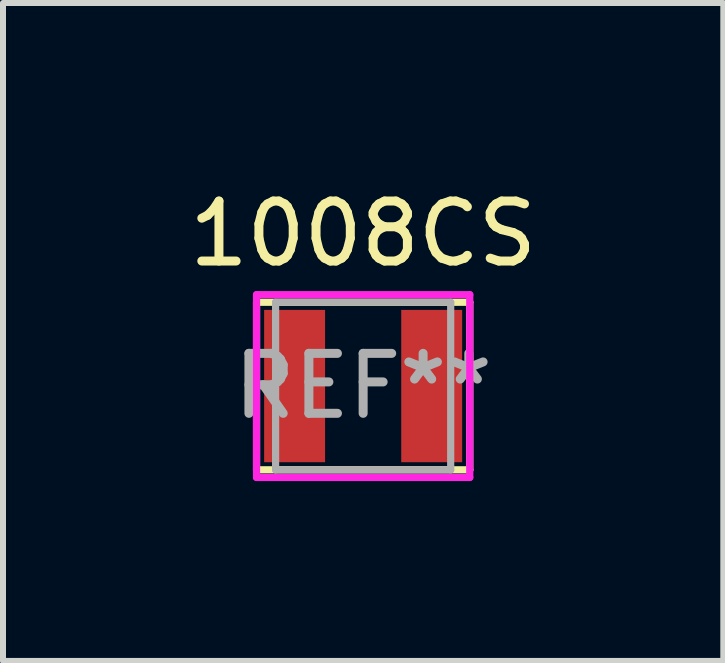
<source format=kicad_pcb>
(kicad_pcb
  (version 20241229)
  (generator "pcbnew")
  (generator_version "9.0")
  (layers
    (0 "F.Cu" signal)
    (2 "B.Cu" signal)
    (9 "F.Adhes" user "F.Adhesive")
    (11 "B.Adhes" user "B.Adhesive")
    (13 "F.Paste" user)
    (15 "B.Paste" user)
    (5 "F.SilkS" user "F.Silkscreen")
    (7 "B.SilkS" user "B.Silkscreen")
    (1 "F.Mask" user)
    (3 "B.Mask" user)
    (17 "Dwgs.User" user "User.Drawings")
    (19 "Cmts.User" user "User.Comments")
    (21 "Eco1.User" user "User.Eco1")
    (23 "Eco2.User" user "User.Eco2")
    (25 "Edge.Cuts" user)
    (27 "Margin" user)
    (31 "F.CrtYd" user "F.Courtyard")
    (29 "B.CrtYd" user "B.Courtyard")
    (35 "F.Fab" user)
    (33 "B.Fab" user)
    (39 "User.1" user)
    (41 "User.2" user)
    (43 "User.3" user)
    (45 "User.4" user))
  (footprint "1008CS"
    (layer "F.Cu")
    (at 3.006 3.388)
    (property "Reference" "1008CS" (at 0 -2.54 0) (layer "F.SilkS") (effects (font (size 1 1) (thickness 0.15))))
    (attr smd)
    (fp_line (start -1.778 -1.397) (end -1.778 1.397) (stroke (width 0.12) (type solid)) (layer "F.SilkS"))
    (fp_line (start -1.778 -1.397) (end 1.778 -1.397) (stroke (width 0.12) (type solid)) (layer "F.SilkS"))
    (fp_line (start -1.778 1.397) (end 1.778 1.397) (stroke (width 0.12) (type solid)) (layer "F.SilkS"))
    (fp_line (start 1.778 -1.397) (end 1.778 1.397) (stroke (width 0.12) (type solid)) (layer "F.SilkS"))
    (fp_line (start -1.778 -1.524) (end 1.778 -1.524) (stroke (width 0.12) (type solid)) (layer "F.CrtYd"))
    (fp_line (start -1.778 1.524) (end -1.778 -1.524) (stroke (width 0.12) (type solid)) (layer "F.CrtYd"))
    (fp_line (start 1.778 -1.524) (end 1.778 1.524) (stroke (width 0.12) (type solid)) (layer "F.CrtYd"))
    (fp_line (start 1.778 1.524) (end -1.778 1.524) (stroke (width 0.12) (type solid)) (layer "F.CrtYd"))
    (fp_line (start -1.46 -1.397) (end -1.46 1.397) (stroke (width 0.12) (type solid)) (layer "F.Fab"))
    (fp_line (start -1.46 -1.397) (end 1.46 -1.397) (stroke (width 0.12) (type solid)) (layer "F.Fab"))
    (fp_line (start -1.46 1.397) (end 1.46 1.397) (stroke (width 0.12) (type solid)) (layer "F.Fab"))
    (fp_line (start 1.46 -1.397) (end 1.46 1.397) (stroke (width 0.12) (type solid)) (layer "F.Fab"))
    (fp_text user "REF**" (at 0 0 0) (layer "F.Fab") (effects (font (size 1 1) (thickness 0.15))))
    (pad "1" smd rect (at -1.143 0) (size 1.016 2.54) (layers "F.Cu" "F.Mask" "F.Paste"))
    (pad "2" smd rect (at 1.143 0) (size 1.016 2.54) (layers "F.Cu" "F.Mask" "F.Paste")))
  (gr_rect
    (start -3 -3)
    (end 9.012 7.972)
    (stroke (width 0.1) (type default))
    (fill no)
    (layer "Edge.Cuts")))
</source>
